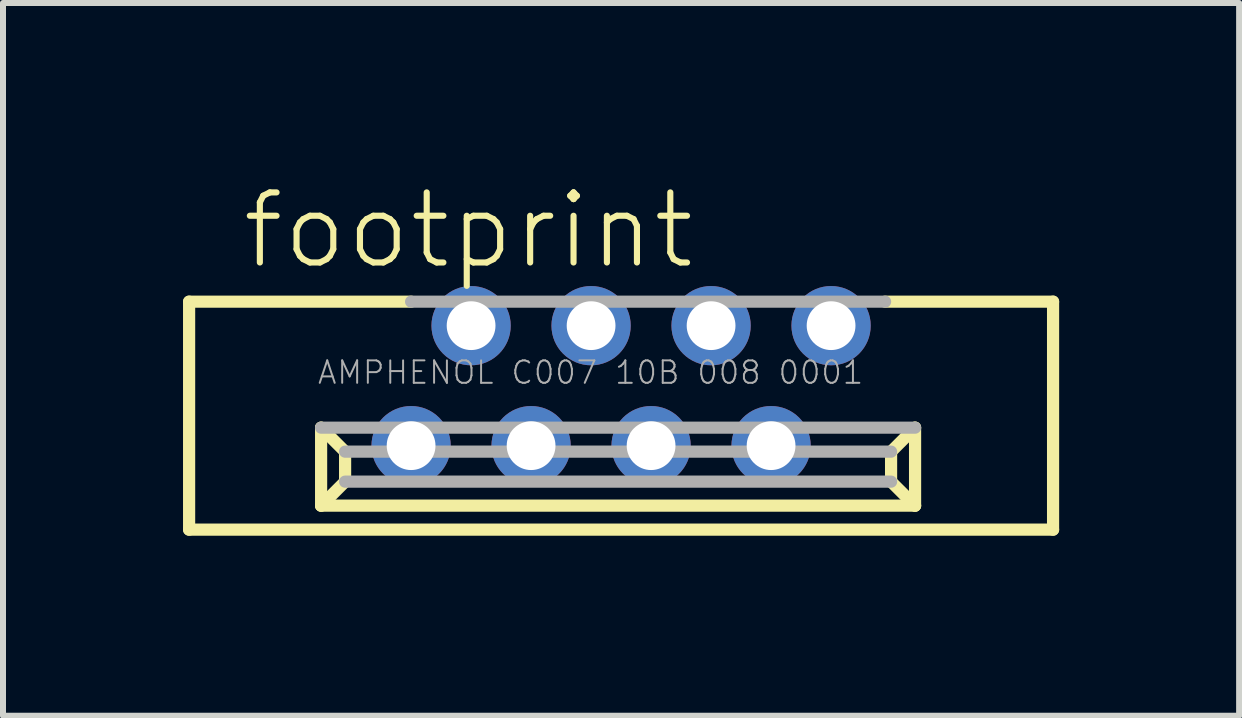
<source format=kicad_pcb>
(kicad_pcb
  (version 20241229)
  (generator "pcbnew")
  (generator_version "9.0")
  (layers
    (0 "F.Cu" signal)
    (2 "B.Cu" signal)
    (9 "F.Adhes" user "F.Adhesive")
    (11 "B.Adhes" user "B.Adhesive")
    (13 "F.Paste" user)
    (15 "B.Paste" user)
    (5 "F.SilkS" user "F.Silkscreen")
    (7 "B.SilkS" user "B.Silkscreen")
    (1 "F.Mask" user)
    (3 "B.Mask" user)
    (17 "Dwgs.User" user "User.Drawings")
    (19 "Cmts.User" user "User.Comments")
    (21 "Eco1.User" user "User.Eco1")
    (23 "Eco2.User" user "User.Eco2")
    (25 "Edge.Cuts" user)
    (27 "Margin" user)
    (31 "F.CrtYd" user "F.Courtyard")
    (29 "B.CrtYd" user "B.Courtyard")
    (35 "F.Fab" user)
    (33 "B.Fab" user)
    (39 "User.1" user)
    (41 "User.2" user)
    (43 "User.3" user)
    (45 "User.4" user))
  (footprint "footprint"
    (layer "F.Cu")
    (at 7.302 3.378)
    (property "Reference" "footprint" (at -6.366 -1.905 0) (layer "F.SilkS") (effects (font (size 1.168 1.168) (thickness 0.102)) (justify left bottom)))
    (fp_line (start -7.2 -1.4) (end -3.5 -1.4) (stroke (width 0.203) (type solid)) (layer "F.SilkS"))
    (fp_line (start -7.2 2.4) (end -7.2 -1.4) (stroke (width 0.203) (type solid)) (layer "F.SilkS"))
    (fp_line (start -5 0.7) (end -5 2) (stroke (width 0.203) (type solid)) (layer "F.SilkS"))
    (fp_line (start -5 0.7) (end -4.6 1.1) (stroke (width 0.203) (type solid)) (layer "F.SilkS"))
    (fp_line (start -5 2) (end -4.6 1.6) (stroke (width 0.203) (type solid)) (layer "F.SilkS"))
    (fp_line (start -4.6 1.6) (end -4.6 1.1) (stroke (width 0.203) (type solid)) (layer "F.SilkS"))
    (fp_line (start 4.4 -1.4) (end 7.2 -1.4) (stroke (width 0.203) (type solid)) (layer "F.SilkS"))
    (fp_line (start 4.5 1.1) (end 4.5 1.6) (stroke (width 0.203) (type solid)) (layer "F.SilkS"))
    (fp_line (start 4.9 0.7) (end 4.5 1.1) (stroke (width 0.203) (type solid)) (layer "F.SilkS"))
    (fp_line (start 4.9 2) (end -5 2) (stroke (width 0.203) (type solid)) (layer "F.SilkS"))
    (fp_line (start 4.9 2) (end 4.5 1.6) (stroke (width 0.203) (type solid)) (layer "F.SilkS"))
    (fp_line (start 4.9 2) (end 4.9 0.7) (stroke (width 0.203) (type solid)) (layer "F.SilkS"))
    (fp_line (start 7.2 -1.4) (end 7.2 2.4) (stroke (width 0.203) (type solid)) (layer "F.SilkS"))
    (fp_line (start 7.2 2.4) (end -7.2 2.4) (stroke (width 0.203) (type solid)) (layer "F.SilkS"))
    (fp_line (start -4.6 1.1) (end 4.5 1.1) (stroke (width 0.203) (type solid)) (layer "F.Fab"))
    (fp_line (start -3.5 -1.4) (end 4.4 -1.4) (stroke (width 0.203) (type solid)) (layer "F.Fab"))
    (fp_line (start 4.5 1.6) (end -4.6 1.6) (stroke (width 0.203) (type solid)) (layer "F.Fab"))
    (fp_line (start 4.9 0.7) (end -5 0.7) (stroke (width 0.203) (type solid)) (layer "F.Fab"))
    (fp_text user "AMPHENOL C007 10B 008 0001" (at -5.08 0 0) (layer "F.Fab") (effects (font (size 0.374 0.374) (thickness 0.033)) (justify left bottom)))
    (pad "1" thru_hole circle (at -3.5 1) (size 1.321 1.321) (drill 0.813) (layers "*.Cu" "*.Mask"))
    (pad "2" thru_hole circle (at -2.5 -1) (size 1.321 1.321) (drill 0.813) (layers "*.Cu" "*.Mask"))
    (pad "3" thru_hole circle (at -1.5 1) (size 1.321 1.321) (drill 0.813) (layers "*.Cu" "*.Mask"))
    (pad "4" thru_hole circle (at -0.5 -1) (size 1.321 1.321) (drill 0.813) (layers "*.Cu" "*.Mask"))
    (pad "5" thru_hole circle (at 0.5 1) (size 1.321 1.321) (drill 0.813) (layers "*.Cu" "*.Mask"))
    (pad "6" thru_hole circle (at 1.5 -1) (size 1.321 1.321) (drill 0.813) (layers "*.Cu" "*.Mask"))
    (pad "7" thru_hole circle (at 2.5 1) (size 1.321 1.321) (drill 0.813) (layers "*.Cu" "*.Mask"))
    (pad "8" thru_hole circle (at 3.5 -1) (size 1.321 1.321) (drill 0.813) (layers "*.Cu" "*.Mask")))
  (gr_rect
    (start -3 -3)
    (end 17.603 8.88)
    (stroke (width 0.1) (type default))
    (fill no)
    (layer "Edge.Cuts")))
</source>
